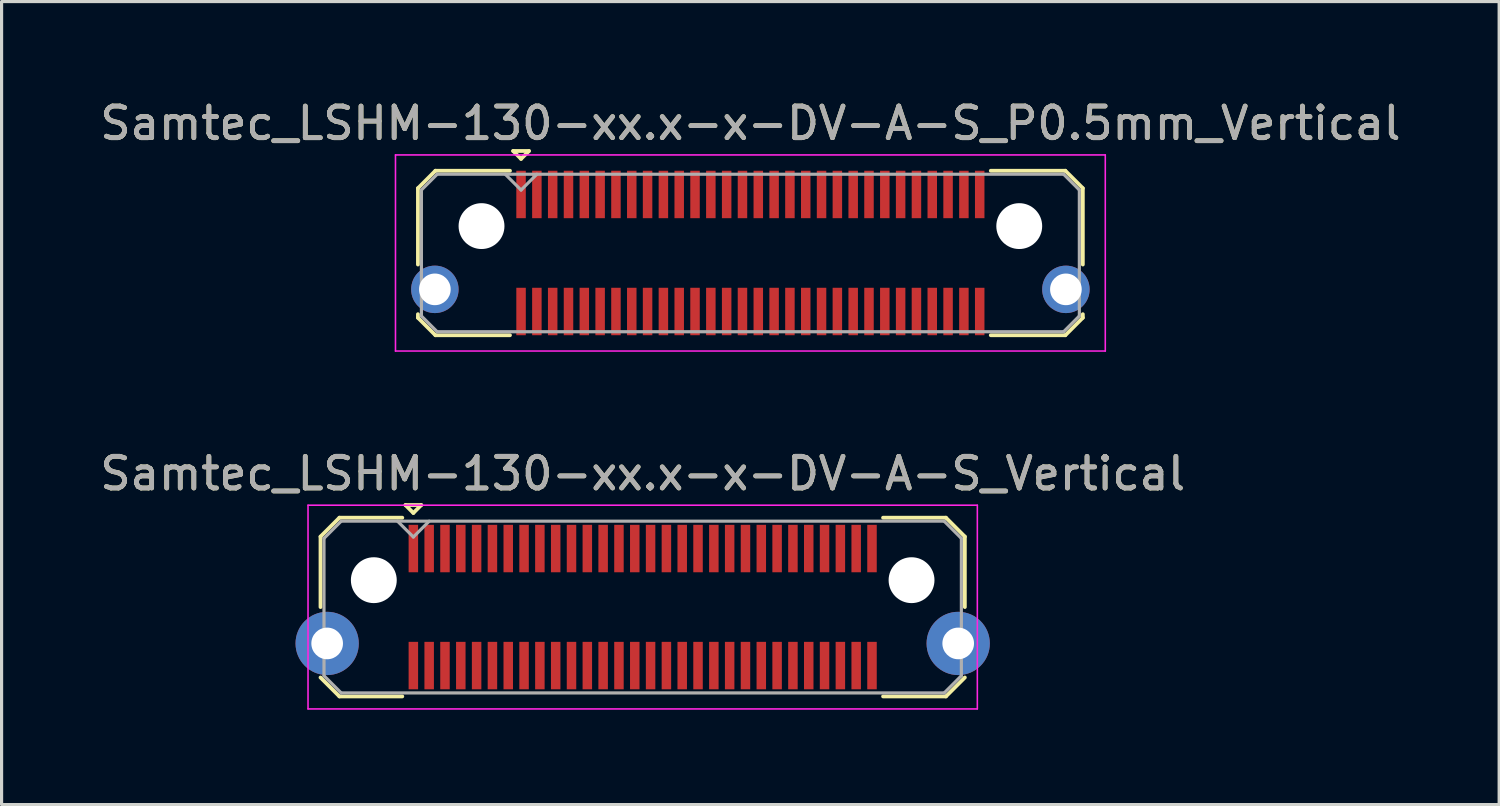
<source format=kicad_pcb>
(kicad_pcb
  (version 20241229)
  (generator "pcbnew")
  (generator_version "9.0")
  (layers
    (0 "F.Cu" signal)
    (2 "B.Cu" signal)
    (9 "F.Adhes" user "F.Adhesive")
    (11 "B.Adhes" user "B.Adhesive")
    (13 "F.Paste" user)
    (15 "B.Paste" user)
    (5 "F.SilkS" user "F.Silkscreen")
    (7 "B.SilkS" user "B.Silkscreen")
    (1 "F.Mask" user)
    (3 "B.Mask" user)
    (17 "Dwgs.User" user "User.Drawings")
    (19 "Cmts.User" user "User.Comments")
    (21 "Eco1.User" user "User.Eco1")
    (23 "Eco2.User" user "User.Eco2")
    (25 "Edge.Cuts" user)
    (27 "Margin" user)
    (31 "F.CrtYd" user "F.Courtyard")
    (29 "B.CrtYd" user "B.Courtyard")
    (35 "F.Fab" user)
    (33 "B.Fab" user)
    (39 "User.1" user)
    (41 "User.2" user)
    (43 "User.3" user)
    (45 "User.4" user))
  (footprint "Samtec_LSHM-130-xx.x-x-DV-A-S_Vertical"
    (layer "F.Cu")
    (at 17.268 16.142)
    (property "Reference" "Samtec_LSHM-130-xx.x-x-DV-A-S_Vertical" (at 0 -4.22 0) (layer "F.SilkS") (effects (font (size 1 1) (thickness 0.15))))
    (attr smd)
    (fp_line (start -10.185 -2.227) (end -10.185 0) (stroke (width 0.12) (type solid)) (layer "F.SilkS"))
    (fp_line (start -10.185 2.227) (end -9.587 2.825) (stroke (width 0.12) (type solid)) (layer "F.SilkS"))
    (fp_line (start -9.587 -2.825) (end -10.185 -2.227) (stroke (width 0.12) (type solid)) (layer "F.SilkS"))
    (fp_line (start -9.587 2.825) (end -7.6 2.825) (stroke (width 0.12) (type solid)) (layer "F.SilkS"))
    (fp_line (start -7.6 -2.825) (end -9.587 -2.825) (stroke (width 0.12) (type solid)) (layer "F.SilkS"))
    (fp_line (start -7.5 -3.225) (end -7 -3.225) (stroke (width 0.12) (type solid)) (layer "F.SilkS"))
    (fp_line (start -7.25 -2.975) (end -7.5 -3.225) (stroke (width 0.12) (type solid)) (layer "F.SilkS"))
    (fp_line (start -7 -3.225) (end -7.25 -2.975) (stroke (width 0.12) (type solid)) (layer "F.SilkS"))
    (fp_line (start 7.6 -2.825) (end 9.587 -2.825) (stroke (width 0.12) (type solid)) (layer "F.SilkS"))
    (fp_line (start 9.587 -2.825) (end 10.185 -2.227) (stroke (width 0.12) (type solid)) (layer "F.SilkS"))
    (fp_line (start 9.587 2.825) (end 7.6 2.825) (stroke (width 0.12) (type solid)) (layer "F.SilkS"))
    (fp_line (start 10.185 -2.227) (end 10.185 0) (stroke (width 0.12) (type solid)) (layer "F.SilkS"))
    (fp_line (start 10.185 2.227) (end 9.587 2.825) (stroke (width 0.12) (type solid)) (layer "F.SilkS"))
    (fp_line (start -10.58 -3.22) (end -10.58 3.22) (stroke (width 0.05) (type solid)) (layer "F.CrtYd"))
    (fp_line (start -10.58 3.22) (end 10.58 3.22) (stroke (width 0.05) (type solid)) (layer "F.CrtYd"))
    (fp_line (start 10.58 -3.22) (end -10.58 -3.22) (stroke (width 0.05) (type solid)) (layer "F.CrtYd"))
    (fp_line (start 10.58 3.22) (end 10.58 -3.22) (stroke (width 0.05) (type solid)) (layer "F.CrtYd"))
    (fp_line (start -10.075 -2.172) (end -10.075 2.172) (stroke (width 0.1) (type solid)) (layer "F.Fab"))
    (fp_line (start -10.075 2.172) (end -9.532 2.715) (stroke (width 0.1) (type solid)) (layer "F.Fab"))
    (fp_line (start -9.532 -2.715) (end -10.075 -2.172) (stroke (width 0.1) (type solid)) (layer "F.Fab"))
    (fp_line (start -9.532 2.715) (end 9.532 2.715) (stroke (width 0.1) (type solid)) (layer "F.Fab"))
    (fp_line (start -7.25 -2.215) (end -7.75 -2.715) (stroke (width 0.1) (type solid)) (layer "F.Fab"))
    (fp_line (start -6.75 -2.715) (end -7.25 -2.215) (stroke (width 0.1) (type solid)) (layer "F.Fab"))
    (fp_line (start 9.532 -2.715) (end -9.532 -2.715) (stroke (width 0.1) (type solid)) (layer "F.Fab"))
    (fp_line (start 9.532 2.715) (end 10.075 2.172) (stroke (width 0.1) (type solid)) (layer "F.Fab"))
    (fp_line (start 10.075 -2.172) (end 9.532 -2.715) (stroke (width 0.1) (type solid)) (layer "F.Fab"))
    (fp_line (start 10.075 2.172) (end 10.075 -2.172) (stroke (width 0.1) (type solid)) (layer "F.Fab"))
    (fp_text user "${REFERENCE}" (at 0 -4.22 0) (layer "F.Fab") (effects (font (size 1 1) (thickness 0.15))))
    (pad "" np_thru_hole circle (at -8.5 -0.85) (size 1.45 1.45) (drill 1.45) (layers "*.Cu" "*.Mask"))
    (pad "" np_thru_hole circle (at 8.5 -0.85) (size 1.45 1.45) (drill 1.45) (layers "*.Cu" "*.Mask"))
    (pad "1" smd rect (at -7.25 -1.85) (size 0.3 1.5) (layers "F.Cu" "F.Mask" "F.Paste"))
    (pad "2" smd rect (at -7.25 1.85) (size 0.3 1.5) (layers "F.Cu" "F.Mask" "F.Paste"))
    (pad "3" smd rect (at -6.75 -1.85) (size 0.3 1.5) (layers "F.Cu" "F.Mask" "F.Paste"))
    (pad "4" smd rect (at -6.75 1.85) (size 0.3 1.5) (layers "F.Cu" "F.Mask" "F.Paste"))
    (pad "5" smd rect (at -6.25 -1.85) (size 0.3 1.5) (layers "F.Cu" "F.Mask" "F.Paste"))
    (pad "6" smd rect (at -6.25 1.85) (size 0.3 1.5) (layers "F.Cu" "F.Mask" "F.Paste"))
    (pad "7" smd rect (at -5.75 -1.85) (size 0.3 1.5) (layers "F.Cu" "F.Mask" "F.Paste"))
    (pad "8" smd rect (at -5.75 1.85) (size 0.3 1.5) (layers "F.Cu" "F.Mask" "F.Paste"))
    (pad "9" smd rect (at -5.25 -1.85) (size 0.3 1.5) (layers "F.Cu" "F.Mask" "F.Paste"))
    (pad "10" smd rect (at -5.25 1.85) (size 0.3 1.5) (layers "F.Cu" "F.Mask" "F.Paste"))
    (pad "11" smd rect (at -4.75 -1.85) (size 0.3 1.5) (layers "F.Cu" "F.Mask" "F.Paste"))
    (pad "12" smd rect (at -4.75 1.85) (size 0.3 1.5) (layers "F.Cu" "F.Mask" "F.Paste"))
    (pad "13" smd rect (at -4.25 -1.85) (size 0.3 1.5) (layers "F.Cu" "F.Mask" "F.Paste"))
    (pad "14" smd rect (at -4.25 1.85) (size 0.3 1.5) (layers "F.Cu" "F.Mask" "F.Paste"))
    (pad "15" smd rect (at -3.75 -1.85) (size 0.3 1.5) (layers "F.Cu" "F.Mask" "F.Paste"))
    (pad "16" smd rect (at -3.75 1.85) (size 0.3 1.5) (layers "F.Cu" "F.Mask" "F.Paste"))
    (pad "17" smd rect (at -3.25 -1.85) (size 0.3 1.5) (layers "F.Cu" "F.Mask" "F.Paste"))
    (pad "18" smd rect (at -3.25 1.85) (size 0.3 1.5) (layers "F.Cu" "F.Mask" "F.Paste"))
    (pad "19" smd rect (at -2.75 -1.85) (size 0.3 1.5) (layers "F.Cu" "F.Mask" "F.Paste"))
    (pad "20" smd rect (at -2.75 1.85) (size 0.3 1.5) (layers "F.Cu" "F.Mask" "F.Paste"))
    (pad "21" smd rect (at -2.25 -1.85) (size 0.3 1.5) (layers "F.Cu" "F.Mask" "F.Paste"))
    (pad "22" smd rect (at -2.25 1.85) (size 0.3 1.5) (layers "F.Cu" "F.Mask" "F.Paste"))
    (pad "23" smd rect (at -1.75 -1.85) (size 0.3 1.5) (layers "F.Cu" "F.Mask" "F.Paste"))
    (pad "24" smd rect (at -1.75 1.85) (size 0.3 1.5) (layers "F.Cu" "F.Mask" "F.Paste"))
    (pad "25" smd rect (at -1.25 -1.85) (size 0.3 1.5) (layers "F.Cu" "F.Mask" "F.Paste"))
    (pad "26" smd rect (at -1.25 1.85) (size 0.3 1.5) (layers "F.Cu" "F.Mask" "F.Paste"))
    (pad "27" smd rect (at -0.75 -1.85) (size 0.3 1.5) (layers "F.Cu" "F.Mask" "F.Paste"))
    (pad "28" smd rect (at -0.75 1.85) (size 0.3 1.5) (layers "F.Cu" "F.Mask" "F.Paste"))
    (pad "29" smd rect (at -0.25 -1.85) (size 0.3 1.5) (layers "F.Cu" "F.Mask" "F.Paste"))
    (pad "30" smd rect (at -0.25 1.85) (size 0.3 1.5) (layers "F.Cu" "F.Mask" "F.Paste"))
    (pad "31" smd rect (at 0.25 -1.85) (size 0.3 1.5) (layers "F.Cu" "F.Mask" "F.Paste"))
    (pad "32" smd rect (at 0.25 1.85) (size 0.3 1.5) (layers "F.Cu" "F.Mask" "F.Paste"))
    (pad "33" smd rect (at 0.75 -1.85) (size 0.3 1.5) (layers "F.Cu" "F.Mask" "F.Paste"))
    (pad "34" smd rect (at 0.75 1.85) (size 0.3 1.5) (layers "F.Cu" "F.Mask" "F.Paste"))
    (pad "35" smd rect (at 1.25 -1.85) (size 0.3 1.5) (layers "F.Cu" "F.Mask" "F.Paste"))
    (pad "36" smd rect (at 1.25 1.85) (size 0.3 1.5) (layers "F.Cu" "F.Mask" "F.Paste"))
    (pad "37" smd rect (at 1.75 -1.85) (size 0.3 1.5) (layers "F.Cu" "F.Mask" "F.Paste"))
    (pad "38" smd rect (at 1.75 1.85) (size 0.3 1.5) (layers "F.Cu" "F.Mask" "F.Paste"))
    (pad "39" smd rect (at 2.25 -1.85) (size 0.3 1.5) (layers "F.Cu" "F.Mask" "F.Paste"))
    (pad "40" smd rect (at 2.25 1.85) (size 0.3 1.5) (layers "F.Cu" "F.Mask" "F.Paste"))
    (pad "41" smd rect (at 2.75 -1.85) (size 0.3 1.5) (layers "F.Cu" "F.Mask" "F.Paste"))
    (pad "42" smd rect (at 2.75 1.85) (size 0.3 1.5) (layers "F.Cu" "F.Mask" "F.Paste"))
    (pad "43" smd rect (at 3.25 -1.85) (size 0.3 1.5) (layers "F.Cu" "F.Mask" "F.Paste"))
    (pad "44" smd rect (at 3.25 1.85) (size 0.3 1.5) (layers "F.Cu" "F.Mask" "F.Paste"))
    (pad "45" smd rect (at 3.75 -1.85) (size 0.3 1.5) (layers "F.Cu" "F.Mask" "F.Paste"))
    (pad "46" smd rect (at 3.75 1.85) (size 0.3 1.5) (layers "F.Cu" "F.Mask" "F.Paste"))
    (pad "47" smd rect (at 4.25 -1.85) (size 0.3 1.5) (layers "F.Cu" "F.Mask" "F.Paste"))
    (pad "48" smd rect (at 4.25 1.85) (size 0.3 1.5) (layers "F.Cu" "F.Mask" "F.Paste"))
    (pad "49" smd rect (at 4.75 -1.85) (size 0.3 1.5) (layers "F.Cu" "F.Mask" "F.Paste"))
    (pad "50" smd rect (at 4.75 1.85) (size 0.3 1.5) (layers "F.Cu" "F.Mask" "F.Paste"))
    (pad "51" smd rect (at 5.25 -1.85) (size 0.3 1.5) (layers "F.Cu" "F.Mask" "F.Paste"))
    (pad "52" smd rect (at 5.25 1.85) (size 0.3 1.5) (layers "F.Cu" "F.Mask" "F.Paste"))
    (pad "53" smd rect (at 5.75 -1.85) (size 0.3 1.5) (layers "F.Cu" "F.Mask" "F.Paste"))
    (pad "54" smd rect (at 5.75 1.85) (size 0.3 1.5) (layers "F.Cu" "F.Mask" "F.Paste"))
    (pad "55" smd rect (at 6.25 -1.85) (size 0.3 1.5) (layers "F.Cu" "F.Mask" "F.Paste"))
    (pad "56" smd rect (at 6.25 1.85) (size 0.3 1.5) (layers "F.Cu" "F.Mask" "F.Paste"))
    (pad "57" smd rect (at 6.75 -1.85) (size 0.3 1.5) (layers "F.Cu" "F.Mask" "F.Paste"))
    (pad "58" smd rect (at 6.75 1.85) (size 0.3 1.5) (layers "F.Cu" "F.Mask" "F.Paste"))
    (pad "59" smd rect (at 7.25 -1.85) (size 0.3 1.5) (layers "F.Cu" "F.Mask" "F.Paste"))
    (pad "60" smd rect (at 7.25 1.85) (size 0.3 1.5) (layers "F.Cu" "F.Mask" "F.Paste"))
    (pad "SH" thru_hole circle (at -9.975 1.15) (size 2 2) (drill 1) (layers "*.Cu" "*.Mask"))
    (pad "SH" thru_hole circle (at 9.975 1.15) (size 2 2) (drill 1) (layers "*.Cu" "*.Mask")))
  (footprint "Samtec_LSHM-130-xx.x-x-DV-A-S_P0.5mm_Vertical"
    (layer "F.Cu")
    (at 20.673 4.948)
    (property "Reference" "Samtec_LSHM-130-xx.x-x-DV-A-S_P0.5mm_Vertical" (at 0 -4.1 0) (layer "F.SilkS") (effects (font (size 1 1) (thickness 0.15))))
    (attr smd)
    (fp_line (start -10.51 -2.047) (end -10.51 0.365) (stroke (width 0.12) (type solid)) (layer "F.SilkS"))
    (fp_line (start -10.51 1.935) (end -10.51 2.047) (stroke (width 0.12) (type solid)) (layer "F.SilkS"))
    (fp_line (start -10.51 2.047) (end -9.957 2.6) (stroke (width 0.12) (type solid)) (layer "F.SilkS"))
    (fp_line (start -9.957 -2.6) (end -10.51 -2.047) (stroke (width 0.12) (type solid)) (layer "F.SilkS"))
    (fp_line (start -9.957 2.6) (end -7.6 2.6) (stroke (width 0.12) (type solid)) (layer "F.SilkS"))
    (fp_line (start -7.6 -2.6) (end -9.957 -2.6) (stroke (width 0.12) (type solid)) (layer "F.SilkS"))
    (fp_line (start -7.5 -3.225) (end -7 -3.225) (stroke (width 0.12) (type solid)) (layer "F.SilkS"))
    (fp_line (start -7.25 -2.975) (end -7.5 -3.225) (stroke (width 0.12) (type solid)) (layer "F.SilkS"))
    (fp_line (start -7 -3.225) (end -7.25 -2.975) (stroke (width 0.12) (type solid)) (layer "F.SilkS"))
    (fp_line (start 7.6 -2.6) (end 9.957 -2.6) (stroke (width 0.12) (type solid)) (layer "F.SilkS"))
    (fp_line (start 9.957 -2.6) (end 10.51 -2.047) (stroke (width 0.12) (type solid)) (layer "F.SilkS"))
    (fp_line (start 9.957 2.6) (end 7.6 2.6) (stroke (width 0.12) (type solid)) (layer "F.SilkS"))
    (fp_line (start 10.51 -2.047) (end 10.51 0.365) (stroke (width 0.12) (type solid)) (layer "F.SilkS"))
    (fp_line (start 10.51 1.935) (end 10.51 2.047) (stroke (width 0.12) (type solid)) (layer "F.SilkS"))
    (fp_line (start 10.51 2.047) (end 9.957 2.6) (stroke (width 0.12) (type solid)) (layer "F.SilkS"))
    (fp_line (start -11.22 -3.1) (end -11.22 3.1) (stroke (width 0.05) (type solid)) (layer "F.CrtYd"))
    (fp_line (start -11.22 3.1) (end 11.22 3.1) (stroke (width 0.05) (type solid)) (layer "F.CrtYd"))
    (fp_line (start 11.22 -3.1) (end -11.22 -3.1) (stroke (width 0.05) (type solid)) (layer "F.CrtYd"))
    (fp_line (start 11.22 3.1) (end 11.22 -3.1) (stroke (width 0.05) (type solid)) (layer "F.CrtYd"))
    (fp_line (start -10.4 -1.992) (end -10.4 1.992) (stroke (width 0.1) (type solid)) (layer "F.Fab"))
    (fp_line (start -10.4 1.992) (end -9.902 2.49) (stroke (width 0.1) (type solid)) (layer "F.Fab"))
    (fp_line (start -9.902 -2.49) (end -10.4 -1.992) (stroke (width 0.1) (type solid)) (layer "F.Fab"))
    (fp_line (start -9.902 2.49) (end 9.902 2.49) (stroke (width 0.1) (type solid)) (layer "F.Fab"))
    (fp_line (start -7.25 -1.99) (end -7.75 -2.49) (stroke (width 0.1) (type solid)) (layer "F.Fab"))
    (fp_line (start -6.75 -2.49) (end -7.25 -1.99) (stroke (width 0.1) (type solid)) (layer "F.Fab"))
    (fp_line (start 9.902 -2.49) (end -9.902 -2.49) (stroke (width 0.1) (type solid)) (layer "F.Fab"))
    (fp_line (start 9.902 2.49) (end 10.4 1.992) (stroke (width 0.1) (type solid)) (layer "F.Fab"))
    (fp_line (start 10.4 -1.992) (end 9.902 -2.49) (stroke (width 0.1) (type solid)) (layer "F.Fab"))
    (fp_line (start 10.4 1.992) (end 10.4 -1.992) (stroke (width 0.1) (type solid)) (layer "F.Fab"))
    (fp_text user "${REFERENCE}" (at 0 -4.1 0) (layer "F.Fab") (effects (font (size 1 1) (thickness 0.15))))
    (pad "" np_thru_hole circle (at -8.5 -0.85) (size 1.45 1.45) (drill 1.45) (layers "*.Cu" "*.Mask"))
    (pad "" np_thru_hole circle (at 8.5 -0.85) (size 1.45 1.45) (drill 1.45) (layers "*.Cu" "*.Mask"))
    (pad "1" smd rect (at -7.25 -1.85) (size 0.3 1.5) (layers "F.Cu" "F.Mask" "F.Paste"))
    (pad "2" smd rect (at -7.25 1.85) (size 0.3 1.5) (layers "F.Cu" "F.Mask" "F.Paste"))
    (pad "3" smd rect (at -6.75 -1.85) (size 0.3 1.5) (layers "F.Cu" "F.Mask" "F.Paste"))
    (pad "4" smd rect (at -6.75 1.85) (size 0.3 1.5) (layers "F.Cu" "F.Mask" "F.Paste"))
    (pad "5" smd rect (at -6.25 -1.85) (size 0.3 1.5) (layers "F.Cu" "F.Mask" "F.Paste"))
    (pad "6" smd rect (at -6.25 1.85) (size 0.3 1.5) (layers "F.Cu" "F.Mask" "F.Paste"))
    (pad "7" smd rect (at -5.75 -1.85) (size 0.3 1.5) (layers "F.Cu" "F.Mask" "F.Paste"))
    (pad "8" smd rect (at -5.75 1.85) (size 0.3 1.5) (layers "F.Cu" "F.Mask" "F.Paste"))
    (pad "9" smd rect (at -5.25 -1.85) (size 0.3 1.5) (layers "F.Cu" "F.Mask" "F.Paste"))
    (pad "10" smd rect (at -5.25 1.85) (size 0.3 1.5) (layers "F.Cu" "F.Mask" "F.Paste"))
    (pad "11" smd rect (at -4.75 -1.85) (size 0.3 1.5) (layers "F.Cu" "F.Mask" "F.Paste"))
    (pad "12" smd rect (at -4.75 1.85) (size 0.3 1.5) (layers "F.Cu" "F.Mask" "F.Paste"))
    (pad "13" smd rect (at -4.25 -1.85) (size 0.3 1.5) (layers "F.Cu" "F.Mask" "F.Paste"))
    (pad "14" smd rect (at -4.25 1.85) (size 0.3 1.5) (layers "F.Cu" "F.Mask" "F.Paste"))
    (pad "15" smd rect (at -3.75 -1.85) (size 0.3 1.5) (layers "F.Cu" "F.Mask" "F.Paste"))
    (pad "16" smd rect (at -3.75 1.85) (size 0.3 1.5) (layers "F.Cu" "F.Mask" "F.Paste"))
    (pad "17" smd rect (at -3.25 -1.85) (size 0.3 1.5) (layers "F.Cu" "F.Mask" "F.Paste"))
    (pad "18" smd rect (at -3.25 1.85) (size 0.3 1.5) (layers "F.Cu" "F.Mask" "F.Paste"))
    (pad "19" smd rect (at -2.75 -1.85) (size 0.3 1.5) (layers "F.Cu" "F.Mask" "F.Paste"))
    (pad "20" smd rect (at -2.75 1.85) (size 0.3 1.5) (layers "F.Cu" "F.Mask" "F.Paste"))
    (pad "21" smd rect (at -2.25 -1.85) (size 0.3 1.5) (layers "F.Cu" "F.Mask" "F.Paste"))
    (pad "22" smd rect (at -2.25 1.85) (size 0.3 1.5) (layers "F.Cu" "F.Mask" "F.Paste"))
    (pad "23" smd rect (at -1.75 -1.85) (size 0.3 1.5) (layers "F.Cu" "F.Mask" "F.Paste"))
    (pad "24" smd rect (at -1.75 1.85) (size 0.3 1.5) (layers "F.Cu" "F.Mask" "F.Paste"))
    (pad "25" smd rect (at -1.25 -1.85) (size 0.3 1.5) (layers "F.Cu" "F.Mask" "F.Paste"))
    (pad "26" smd rect (at -1.25 1.85) (size 0.3 1.5) (layers "F.Cu" "F.Mask" "F.Paste"))
    (pad "27" smd rect (at -0.75 -1.85) (size 0.3 1.5) (layers "F.Cu" "F.Mask" "F.Paste"))
    (pad "28" smd rect (at -0.75 1.85) (size 0.3 1.5) (layers "F.Cu" "F.Mask" "F.Paste"))
    (pad "29" smd rect (at -0.25 -1.85) (size 0.3 1.5) (layers "F.Cu" "F.Mask" "F.Paste"))
    (pad "30" smd rect (at -0.25 1.85) (size 0.3 1.5) (layers "F.Cu" "F.Mask" "F.Paste"))
    (pad "31" smd rect (at 0.25 -1.85) (size 0.3 1.5) (layers "F.Cu" "F.Mask" "F.Paste"))
    (pad "32" smd rect (at 0.25 1.85) (size 0.3 1.5) (layers "F.Cu" "F.Mask" "F.Paste"))
    (pad "33" smd rect (at 0.75 -1.85) (size 0.3 1.5) (layers "F.Cu" "F.Mask" "F.Paste"))
    (pad "34" smd rect (at 0.75 1.85) (size 0.3 1.5) (layers "F.Cu" "F.Mask" "F.Paste"))
    (pad "35" smd rect (at 1.25 -1.85) (size 0.3 1.5) (layers "F.Cu" "F.Mask" "F.Paste"))
    (pad "36" smd rect (at 1.25 1.85) (size 0.3 1.5) (layers "F.Cu" "F.Mask" "F.Paste"))
    (pad "37" smd rect (at 1.75 -1.85) (size 0.3 1.5) (layers "F.Cu" "F.Mask" "F.Paste"))
    (pad "38" smd rect (at 1.75 1.85) (size 0.3 1.5) (layers "F.Cu" "F.Mask" "F.Paste"))
    (pad "39" smd rect (at 2.25 -1.85) (size 0.3 1.5) (layers "F.Cu" "F.Mask" "F.Paste"))
    (pad "40" smd rect (at 2.25 1.85) (size 0.3 1.5) (layers "F.Cu" "F.Mask" "F.Paste"))
    (pad "41" smd rect (at 2.75 -1.85) (size 0.3 1.5) (layers "F.Cu" "F.Mask" "F.Paste"))
    (pad "42" smd rect (at 2.75 1.85) (size 0.3 1.5) (layers "F.Cu" "F.Mask" "F.Paste"))
    (pad "43" smd rect (at 3.25 -1.85) (size 0.3 1.5) (layers "F.Cu" "F.Mask" "F.Paste"))
    (pad "44" smd rect (at 3.25 1.85) (size 0.3 1.5) (layers "F.Cu" "F.Mask" "F.Paste"))
    (pad "45" smd rect (at 3.75 -1.85) (size 0.3 1.5) (layers "F.Cu" "F.Mask" "F.Paste"))
    (pad "46" smd rect (at 3.75 1.85) (size 0.3 1.5) (layers "F.Cu" "F.Mask" "F.Paste"))
    (pad "47" smd rect (at 4.25 -1.85) (size 0.3 1.5) (layers "F.Cu" "F.Mask" "F.Paste"))
    (pad "48" smd rect (at 4.25 1.85) (size 0.3 1.5) (layers "F.Cu" "F.Mask" "F.Paste"))
    (pad "49" smd rect (at 4.75 -1.85) (size 0.3 1.5) (layers "F.Cu" "F.Mask" "F.Paste"))
    (pad "50" smd rect (at 4.75 1.85) (size 0.3 1.5) (layers "F.Cu" "F.Mask" "F.Paste"))
    (pad "51" smd rect (at 5.25 -1.85) (size 0.3 1.5) (layers "F.Cu" "F.Mask" "F.Paste"))
    (pad "52" smd rect (at 5.25 1.85) (size 0.3 1.5) (layers "F.Cu" "F.Mask" "F.Paste"))
    (pad "53" smd rect (at 5.75 -1.85) (size 0.3 1.5) (layers "F.Cu" "F.Mask" "F.Paste"))
    (pad "54" smd rect (at 5.75 1.85) (size 0.3 1.5) (layers "F.Cu" "F.Mask" "F.Paste"))
    (pad "55" smd rect (at 6.25 -1.85) (size 0.3 1.5) (layers "F.Cu" "F.Mask" "F.Paste"))
    (pad "56" smd rect (at 6.25 1.85) (size 0.3 1.5) (layers "F.Cu" "F.Mask" "F.Paste"))
    (pad "57" smd rect (at 6.75 -1.85) (size 0.3 1.5) (layers "F.Cu" "F.Mask" "F.Paste"))
    (pad "58" smd rect (at 6.75 1.85) (size 0.3 1.5) (layers "F.Cu" "F.Mask" "F.Paste"))
    (pad "59" smd rect (at 7.25 -1.85) (size 0.3 1.5) (layers "F.Cu" "F.Mask" "F.Paste"))
    (pad "60" smd rect (at 7.25 1.85) (size 0.3 1.5) (layers "F.Cu" "F.Mask" "F.Paste"))
    (pad "SH" thru_hole circle (at -9.975 1.15) (size 1.5 1.5) (drill 1) (layers "*.Cu" "*.Mask"))
    (pad "SH" thru_hole circle (at 9.975 1.15) (size 1.5 1.5) (drill 1) (layers "*.Cu" "*.Mask")))
  (gr_rect
    (start -3 -3)
    (end 44.345 22.387)
    (stroke (width 0.1) (type default))
    (fill no)
    (layer "Edge.Cuts")))
</source>
